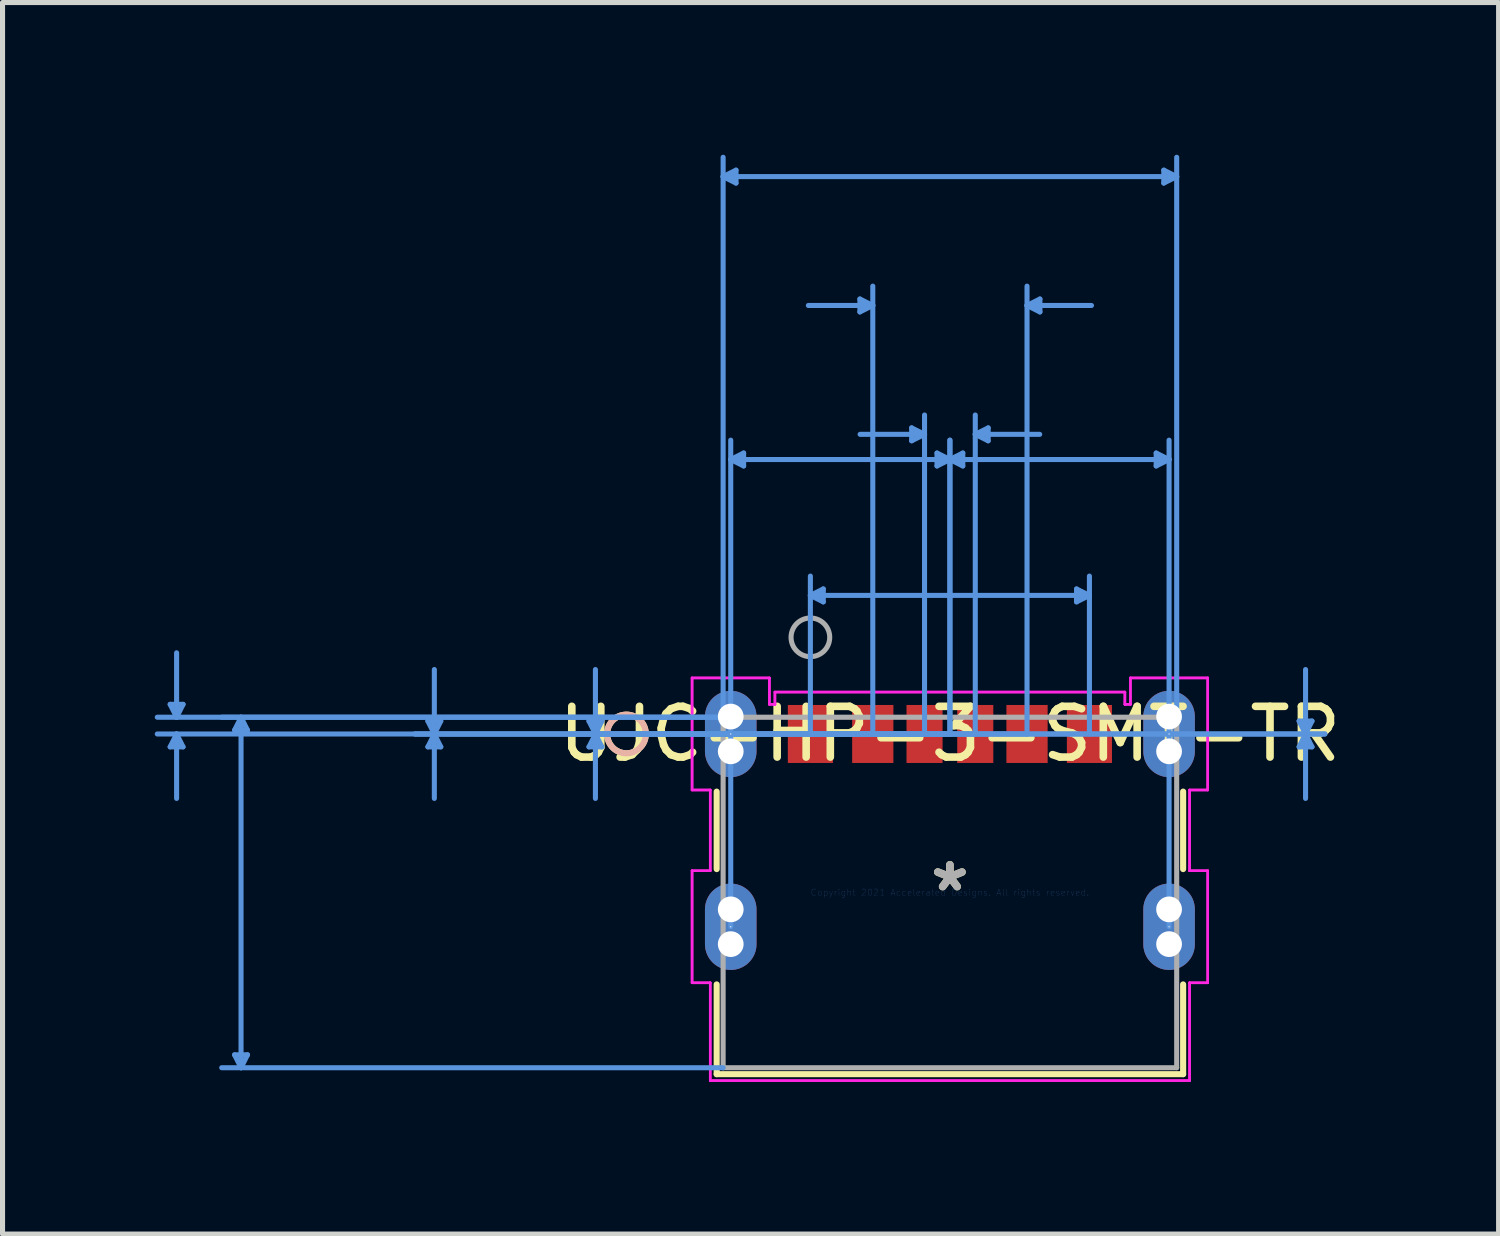
<source format=kicad_pcb>
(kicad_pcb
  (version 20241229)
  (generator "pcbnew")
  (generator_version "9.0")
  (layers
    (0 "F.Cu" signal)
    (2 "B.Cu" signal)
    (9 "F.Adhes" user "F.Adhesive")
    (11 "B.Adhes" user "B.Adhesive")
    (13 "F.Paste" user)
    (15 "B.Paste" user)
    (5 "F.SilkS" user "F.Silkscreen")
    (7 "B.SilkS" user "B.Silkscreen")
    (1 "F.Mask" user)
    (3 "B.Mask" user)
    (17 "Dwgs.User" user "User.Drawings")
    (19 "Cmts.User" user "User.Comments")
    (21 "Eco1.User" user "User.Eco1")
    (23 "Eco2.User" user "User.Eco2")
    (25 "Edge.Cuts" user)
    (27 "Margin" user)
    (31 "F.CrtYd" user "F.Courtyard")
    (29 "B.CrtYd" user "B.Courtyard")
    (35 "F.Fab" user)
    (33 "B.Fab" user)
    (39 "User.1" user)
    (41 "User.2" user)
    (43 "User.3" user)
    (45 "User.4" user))
  (footprint "UJC-HP-3-SMT-TR"
    (layer "F.Cu")
    (at 15.673 14.541)
    (property "Reference" "UJC-HP-3-SMT-TR" (at 0 -3.124 0) (layer "F.SilkS") (effects (font (size 1 1) (thickness 0.15))))
    (attr through_hole)
    (fp_line (start -4.597 -1.988) (end -4.597 -0.461) (stroke (width 0.12) (type solid)) (layer "F.SilkS"))
    (fp_line (start -4.597 1.812) (end -4.597 3.581) (stroke (width 0.12) (type solid)) (layer "F.SilkS"))
    (fp_line (start -4.597 3.581) (end 4.597 3.581) (stroke (width 0.12) (type solid)) (layer "F.SilkS"))
    (fp_line (start 4.597 -0.461) (end 4.597 -1.988) (stroke (width 0.12) (type solid)) (layer "F.SilkS"))
    (fp_line (start 4.597 3.581) (end 4.597 1.812) (stroke (width 0.12) (type solid)) (layer "F.SilkS"))
    (fp_circle (center -6.375 -3.124) (end -5.994 -3.124) (stroke (width 0.12) (type solid)) (fill no) (layer "F.SilkS"))
    (fp_circle (center -6.375 -3.124) (end -5.994 -3.124) (stroke (width 0.12) (type solid)) (fill no) (layer "B.SilkS"))
    (fp_line (start -15.369 -3.708) (end -15.115 -3.708) (stroke (width 0.1) (type solid)) (layer "Cmts.User"))
    (fp_line (start -15.369 -2.87) (end -15.115 -2.87) (stroke (width 0.1) (type solid)) (layer "Cmts.User"))
    (fp_line (start -15.242 -3.454) (end -15.369 -3.708) (stroke (width 0.1) (type solid)) (layer "Cmts.User"))
    (fp_line (start -15.242 -3.454) (end -15.242 -4.724) (stroke (width 0.1) (type solid)) (layer "Cmts.User"))
    (fp_line (start -15.242 -3.454) (end -15.115 -3.708) (stroke (width 0.1) (type solid)) (layer "Cmts.User"))
    (fp_line (start -15.242 -3.124) (end -15.369 -2.87) (stroke (width 0.1) (type solid)) (layer "Cmts.User"))
    (fp_line (start -15.242 -3.124) (end -15.242 -1.854) (stroke (width 0.1) (type solid)) (layer "Cmts.User"))
    (fp_line (start -15.242 -3.124) (end -15.115 -2.87) (stroke (width 0.1) (type solid)) (layer "Cmts.User"))
    (fp_line (start -14.099 -3.2) (end -13.845 -3.2) (stroke (width 0.1) (type solid)) (layer "Cmts.User"))
    (fp_line (start -14.099 3.2) (end -13.845 3.2) (stroke (width 0.1) (type solid)) (layer "Cmts.User"))
    (fp_line (start -13.972 -3.454) (end -14.099 -3.2) (stroke (width 0.1) (type solid)) (layer "Cmts.User"))
    (fp_line (start -13.972 -3.454) (end -13.972 3.454) (stroke (width 0.1) (type solid)) (layer "Cmts.User"))
    (fp_line (start -13.972 -3.454) (end -13.845 -3.2) (stroke (width 0.1) (type solid)) (layer "Cmts.User"))
    (fp_line (start -13.972 3.454) (end -14.099 3.2) (stroke (width 0.1) (type solid)) (layer "Cmts.User"))
    (fp_line (start -13.972 3.454) (end -13.845 3.2) (stroke (width 0.1) (type solid)) (layer "Cmts.User"))
    (fp_line (start -10.289 -3.378) (end -10.035 -3.378) (stroke (width 0.1) (type solid)) (layer "Cmts.User"))
    (fp_line (start -10.289 -2.87) (end -10.035 -2.87) (stroke (width 0.1) (type solid)) (layer "Cmts.User"))
    (fp_line (start -10.162 -3.124) (end -10.289 -3.378) (stroke (width 0.1) (type solid)) (layer "Cmts.User"))
    (fp_line (start -10.162 -3.124) (end -10.289 -2.87) (stroke (width 0.1) (type solid)) (layer "Cmts.User"))
    (fp_line (start -10.162 -3.124) (end -10.162 -4.394) (stroke (width 0.1) (type solid)) (layer "Cmts.User"))
    (fp_line (start -10.162 -3.124) (end -10.162 -1.854) (stroke (width 0.1) (type solid)) (layer "Cmts.User"))
    (fp_line (start -10.162 -3.124) (end -10.035 -3.378) (stroke (width 0.1) (type solid)) (layer "Cmts.User"))
    (fp_line (start -10.162 -3.124) (end -10.035 -2.87) (stroke (width 0.1) (type solid)) (layer "Cmts.User"))
    (fp_line (start -7.114 -3.378) (end -6.86 -3.378) (stroke (width 0.1) (type solid)) (layer "Cmts.User"))
    (fp_line (start -7.114 -2.87) (end -6.86 -2.87) (stroke (width 0.1) (type solid)) (layer "Cmts.User"))
    (fp_line (start -6.987 -3.124) (end -7.114 -3.378) (stroke (width 0.1) (type solid)) (layer "Cmts.User"))
    (fp_line (start -6.987 -3.124) (end -7.114 -2.87) (stroke (width 0.1) (type solid)) (layer "Cmts.User"))
    (fp_line (start -6.987 -3.124) (end -6.987 -4.394) (stroke (width 0.1) (type solid)) (layer "Cmts.User"))
    (fp_line (start -6.987 -3.124) (end -6.987 -1.854) (stroke (width 0.1) (type solid)) (layer "Cmts.User"))
    (fp_line (start -6.987 -3.124) (end -6.86 -3.378) (stroke (width 0.1) (type solid)) (layer "Cmts.User"))
    (fp_line (start -6.987 -3.124) (end -6.86 -2.87) (stroke (width 0.1) (type solid)) (layer "Cmts.User"))
    (fp_line (start -4.47 -14.11) (end -4.216 -14.237) (stroke (width 0.1) (type solid)) (layer "Cmts.User"))
    (fp_line (start -4.47 -14.11) (end -4.216 -13.983) (stroke (width 0.1) (type solid)) (layer "Cmts.User"))
    (fp_line (start -4.47 -14.11) (end 4.47 -14.11) (stroke (width 0.1) (type solid)) (layer "Cmts.User"))
    (fp_line (start -4.47 -3.454) (end -15.623 -3.454) (stroke (width 0.1) (type solid)) (layer "Cmts.User"))
    (fp_line (start -4.47 -3.454) (end -14.353 -3.454) (stroke (width 0.1) (type solid)) (layer "Cmts.User"))
    (fp_line (start -4.47 -3.454) (end -4.47 -14.491) (stroke (width 0.1) (type solid)) (layer "Cmts.User"))
    (fp_line (start -4.47 3.454) (end -14.353 3.454) (stroke (width 0.1) (type solid)) (layer "Cmts.User"))
    (fp_line (start -4.32 -8.534) (end -4.066 -8.661) (stroke (width 0.1) (type solid)) (layer "Cmts.User"))
    (fp_line (start -4.32 -8.534) (end -4.066 -8.407) (stroke (width 0.1) (type solid)) (layer "Cmts.User"))
    (fp_line (start -4.32 -8.534) (end 0 -8.534) (stroke (width 0.1) (type solid)) (layer "Cmts.User"))
    (fp_line (start -4.32 0.676) (end -4.32 -8.915) (stroke (width 0.1) (type solid)) (layer "Cmts.User"))
    (fp_line (start -4.216 -14.237) (end -4.216 -13.983) (stroke (width 0.1) (type solid)) (layer "Cmts.User"))
    (fp_line (start -4.066 -8.661) (end -4.066 -8.407) (stroke (width 0.1) (type solid)) (layer "Cmts.User"))
    (fp_line (start -2.75 -5.855) (end -2.496 -5.982) (stroke (width 0.1) (type solid)) (layer "Cmts.User"))
    (fp_line (start -2.75 -5.855) (end -2.496 -5.728) (stroke (width 0.1) (type solid)) (layer "Cmts.User"))
    (fp_line (start -2.75 -5.855) (end 2.75 -5.855) (stroke (width 0.1) (type solid)) (layer "Cmts.User"))
    (fp_line (start -2.75 -3.124) (end -2.75 -6.236) (stroke (width 0.1) (type solid)) (layer "Cmts.User"))
    (fp_line (start -2.75 -3.124) (end 7.391 -3.124) (stroke (width 0.1) (type solid)) (layer "Cmts.User"))
    (fp_line (start -2.75 -3.124) (end 7.391 -3.124) (stroke (width 0.1) (type solid)) (layer "Cmts.User"))
    (fp_line (start -2.496 -5.982) (end -2.496 -5.728) (stroke (width 0.1) (type solid)) (layer "Cmts.User"))
    (fp_line (start -1.774 -11.697) (end -1.774 -11.443) (stroke (width 0.1) (type solid)) (layer "Cmts.User"))
    (fp_line (start -1.52 -11.57) (end -2.79 -11.57) (stroke (width 0.1) (type solid)) (layer "Cmts.User"))
    (fp_line (start -1.52 -11.57) (end -1.774 -11.697) (stroke (width 0.1) (type solid)) (layer "Cmts.User"))
    (fp_line (start -1.52 -11.57) (end -1.774 -11.443) (stroke (width 0.1) (type solid)) (layer "Cmts.User"))
    (fp_line (start -1.52 -3.124) (end -1.52 -11.951) (stroke (width 0.1) (type solid)) (layer "Cmts.User"))
    (fp_line (start -0.754 -9.157) (end -0.754 -8.903) (stroke (width 0.1) (type solid)) (layer "Cmts.User"))
    (fp_line (start -0.5 -9.03) (end -1.77 -9.03) (stroke (width 0.1) (type solid)) (layer "Cmts.User"))
    (fp_line (start -0.5 -9.03) (end -0.754 -9.157) (stroke (width 0.1) (type solid)) (layer "Cmts.User"))
    (fp_line (start -0.5 -9.03) (end -0.754 -8.903) (stroke (width 0.1) (type solid)) (layer "Cmts.User"))
    (fp_line (start -0.5 -3.124) (end -0.5 -9.411) (stroke (width 0.1) (type solid)) (layer "Cmts.User"))
    (fp_line (start -0.254 -8.661) (end -0.254 -8.407) (stroke (width 0.1) (type solid)) (layer "Cmts.User"))
    (fp_line (start 0 -8.534) (end -0.254 -8.661) (stroke (width 0.1) (type solid)) (layer "Cmts.User"))
    (fp_line (start 0 -8.534) (end -0.254 -8.407) (stroke (width 0.1) (type solid)) (layer "Cmts.User"))
    (fp_line (start 0 -8.534) (end 0.254 -8.661) (stroke (width 0.1) (type solid)) (layer "Cmts.User"))
    (fp_line (start 0 -8.534) (end 0.254 -8.407) (stroke (width 0.1) (type solid)) (layer "Cmts.User"))
    (fp_line (start 0 -8.534) (end 4.32 -8.534) (stroke (width 0.1) (type solid)) (layer "Cmts.User"))
    (fp_line (start 0 -3.124) (end -15.623 -3.124) (stroke (width 0.1) (type solid)) (layer "Cmts.User"))
    (fp_line (start 0 -3.124) (end -10.543 -3.124) (stroke (width 0.1) (type solid)) (layer "Cmts.User"))
    (fp_line (start 0 -3.124) (end -7.368 -3.124) (stroke (width 0.1) (type solid)) (layer "Cmts.User"))
    (fp_line (start 0 -3.124) (end 0 -8.915) (stroke (width 0.1) (type solid)) (layer "Cmts.User"))
    (fp_line (start 0 -3.124) (end 0 -8.915) (stroke (width 0.1) (type solid)) (layer "Cmts.User"))
    (fp_line (start 0.254 -8.661) (end 0.254 -8.407) (stroke (width 0.1) (type solid)) (layer "Cmts.User"))
    (fp_line (start 0.5 -9.03) (end 0.754 -9.157) (stroke (width 0.1) (type solid)) (layer "Cmts.User"))
    (fp_line (start 0.5 -9.03) (end 0.754 -8.903) (stroke (width 0.1) (type solid)) (layer "Cmts.User"))
    (fp_line (start 0.5 -9.03) (end 1.77 -9.03) (stroke (width 0.1) (type solid)) (layer "Cmts.User"))
    (fp_line (start 0.5 -3.124) (end -10.543 -3.124) (stroke (width 0.1) (type solid)) (layer "Cmts.User"))
    (fp_line (start 0.5 -3.124) (end 0.5 -9.411) (stroke (width 0.1) (type solid)) (layer "Cmts.User"))
    (fp_line (start 0.754 -9.157) (end 0.754 -8.903) (stroke (width 0.1) (type solid)) (layer "Cmts.User"))
    (fp_line (start 1.52 -11.57) (end 1.774 -11.697) (stroke (width 0.1) (type solid)) (layer "Cmts.User"))
    (fp_line (start 1.52 -11.57) (end 1.774 -11.443) (stroke (width 0.1) (type solid)) (layer "Cmts.User"))
    (fp_line (start 1.52 -11.57) (end 2.79 -11.57) (stroke (width 0.1) (type solid)) (layer "Cmts.User"))
    (fp_line (start 1.52 -3.124) (end -7.368 -3.124) (stroke (width 0.1) (type solid)) (layer "Cmts.User"))
    (fp_line (start 1.52 -3.124) (end 1.52 -11.951) (stroke (width 0.1) (type solid)) (layer "Cmts.User"))
    (fp_line (start 1.774 -11.697) (end 1.774 -11.443) (stroke (width 0.1) (type solid)) (layer "Cmts.User"))
    (fp_line (start 2.496 -5.982) (end 2.496 -5.728) (stroke (width 0.1) (type solid)) (layer "Cmts.User"))
    (fp_line (start 2.75 -5.855) (end 2.496 -5.982) (stroke (width 0.1) (type solid)) (layer "Cmts.User"))
    (fp_line (start 2.75 -5.855) (end 2.496 -5.728) (stroke (width 0.1) (type solid)) (layer "Cmts.User"))
    (fp_line (start 2.75 -3.124) (end 2.75 -6.236) (stroke (width 0.1) (type solid)) (layer "Cmts.User"))
    (fp_line (start 4.066 -8.661) (end 4.066 -8.407) (stroke (width 0.1) (type solid)) (layer "Cmts.User"))
    (fp_line (start 4.216 -14.237) (end 4.216 -13.983) (stroke (width 0.1) (type solid)) (layer "Cmts.User"))
    (fp_line (start 4.32 -8.534) (end 4.066 -8.661) (stroke (width 0.1) (type solid)) (layer "Cmts.User"))
    (fp_line (start 4.32 -8.534) (end 4.066 -8.407) (stroke (width 0.1) (type solid)) (layer "Cmts.User"))
    (fp_line (start 4.32 0.676) (end 4.32 -8.915) (stroke (width 0.1) (type solid)) (layer "Cmts.User"))
    (fp_line (start 4.47 -14.11) (end 4.216 -14.237) (stroke (width 0.1) (type solid)) (layer "Cmts.User"))
    (fp_line (start 4.47 -14.11) (end 4.216 -13.983) (stroke (width 0.1) (type solid)) (layer "Cmts.User"))
    (fp_line (start 4.47 -3.454) (end 4.47 -14.491) (stroke (width 0.1) (type solid)) (layer "Cmts.User"))
    (fp_line (start 6.883 -3.378) (end 7.137 -3.378) (stroke (width 0.1) (type solid)) (layer "Cmts.User"))
    (fp_line (start 6.883 -2.87) (end 7.137 -2.87) (stroke (width 0.1) (type solid)) (layer "Cmts.User"))
    (fp_line (start 7.01 -3.124) (end 6.883 -3.378) (stroke (width 0.1) (type solid)) (layer "Cmts.User"))
    (fp_line (start 7.01 -3.124) (end 6.883 -2.87) (stroke (width 0.1) (type solid)) (layer "Cmts.User"))
    (fp_line (start 7.01 -3.124) (end 7.01 -4.394) (stroke (width 0.1) (type solid)) (layer "Cmts.User"))
    (fp_line (start 7.01 -3.124) (end 7.01 -1.854) (stroke (width 0.1) (type solid)) (layer "Cmts.User"))
    (fp_line (start 7.01 -3.124) (end 7.137 -3.378) (stroke (width 0.1) (type solid)) (layer "Cmts.User"))
    (fp_line (start 7.01 -3.124) (end 7.137 -2.87) (stroke (width 0.1) (type solid)) (layer "Cmts.User"))
    (fp_line (start -5.082 -4.229) (end -5.082 -2.02) (stroke (width 0.05) (type solid)) (layer "F.CrtYd"))
    (fp_line (start -5.082 -4.229) (end -5.082 -2.02) (stroke (width 0.05) (type solid)) (layer "F.CrtYd"))
    (fp_line (start -5.082 -2.02) (end -4.724 -2.02) (stroke (width 0.05) (type solid)) (layer "F.CrtYd"))
    (fp_line (start -5.082 -2.02) (end -4.724 -2.02) (stroke (width 0.05) (type solid)) (layer "F.CrtYd"))
    (fp_line (start -5.082 -0.429) (end -5.082 1.78) (stroke (width 0.05) (type solid)) (layer "F.CrtYd"))
    (fp_line (start -5.082 -0.429) (end -5.082 1.78) (stroke (width 0.05) (type solid)) (layer "F.CrtYd"))
    (fp_line (start -5.082 1.78) (end -4.724 1.78) (stroke (width 0.05) (type solid)) (layer "F.CrtYd"))
    (fp_line (start -5.082 1.78) (end -4.724 1.78) (stroke (width 0.05) (type solid)) (layer "F.CrtYd"))
    (fp_line (start -4.724 -2.02) (end -4.724 -0.429) (stroke (width 0.05) (type solid)) (layer "F.CrtYd"))
    (fp_line (start -4.724 -2.02) (end -4.724 -0.429) (stroke (width 0.05) (type solid)) (layer "F.CrtYd"))
    (fp_line (start -4.724 -0.429) (end -5.082 -0.429) (stroke (width 0.05) (type solid)) (layer "F.CrtYd"))
    (fp_line (start -4.724 -0.429) (end -5.082 -0.429) (stroke (width 0.05) (type solid)) (layer "F.CrtYd"))
    (fp_line (start -4.724 1.78) (end -4.724 3.708) (stroke (width 0.05) (type solid)) (layer "F.CrtYd"))
    (fp_line (start -4.724 1.78) (end -4.724 3.708) (stroke (width 0.05) (type solid)) (layer "F.CrtYd"))
    (fp_line (start -4.724 3.708) (end 4.724 3.708) (stroke (width 0.05) (type solid)) (layer "F.CrtYd"))
    (fp_line (start -4.724 3.708) (end 4.724 3.708) (stroke (width 0.05) (type solid)) (layer "F.CrtYd"))
    (fp_line (start -3.558 -4.229) (end -5.082 -4.229) (stroke (width 0.05) (type solid)) (layer "F.CrtYd"))
    (fp_line (start -3.558 -4.229) (end -5.082 -4.229) (stroke (width 0.05) (type solid)) (layer "F.CrtYd"))
    (fp_line (start -3.558 -3.708) (end -3.558 -4.229) (stroke (width 0.05) (type solid)) (layer "F.CrtYd"))
    (fp_line (start -3.558 -3.708) (end -3.558 -4.229) (stroke (width 0.05) (type solid)) (layer "F.CrtYd"))
    (fp_line (start -3.449 -3.95) (end -3.449 -3.708) (stroke (width 0.05) (type solid)) (layer "F.CrtYd"))
    (fp_line (start -3.449 -3.95) (end -3.449 -3.708) (stroke (width 0.05) (type solid)) (layer "F.CrtYd"))
    (fp_line (start -3.449 -3.708) (end -3.558 -3.708) (stroke (width 0.05) (type solid)) (layer "F.CrtYd"))
    (fp_line (start -3.449 -3.708) (end -3.558 -3.708) (stroke (width 0.05) (type solid)) (layer "F.CrtYd"))
    (fp_line (start 3.449 -3.95) (end -3.449 -3.95) (stroke (width 0.05) (type solid)) (layer "F.CrtYd"))
    (fp_line (start 3.449 -3.95) (end -3.449 -3.95) (stroke (width 0.05) (type solid)) (layer "F.CrtYd"))
    (fp_line (start 3.449 -3.708) (end 3.449 -3.95) (stroke (width 0.05) (type solid)) (layer "F.CrtYd"))
    (fp_line (start 3.449 -3.708) (end 3.449 -3.95) (stroke (width 0.05) (type solid)) (layer "F.CrtYd"))
    (fp_line (start 3.558 -4.229) (end 3.558 -3.708) (stroke (width 0.05) (type solid)) (layer "F.CrtYd"))
    (fp_line (start 3.558 -4.229) (end 3.558 -3.708) (stroke (width 0.05) (type solid)) (layer "F.CrtYd"))
    (fp_line (start 3.558 -3.708) (end 3.449 -3.708) (stroke (width 0.05) (type solid)) (layer "F.CrtYd"))
    (fp_line (start 3.558 -3.708) (end 3.449 -3.708) (stroke (width 0.05) (type solid)) (layer "F.CrtYd"))
    (fp_line (start 4.724 -2.02) (end 5.082 -2.02) (stroke (width 0.05) (type solid)) (layer "F.CrtYd"))
    (fp_line (start 4.724 -2.02) (end 5.082 -2.02) (stroke (width 0.05) (type solid)) (layer "F.CrtYd"))
    (fp_line (start 4.724 -0.429) (end 4.724 -2.02) (stroke (width 0.05) (type solid)) (layer "F.CrtYd"))
    (fp_line (start 4.724 -0.429) (end 4.724 -2.02) (stroke (width 0.05) (type solid)) (layer "F.CrtYd"))
    (fp_line (start 4.724 1.78) (end 5.082 1.78) (stroke (width 0.05) (type solid)) (layer "F.CrtYd"))
    (fp_line (start 4.724 1.78) (end 5.082 1.78) (stroke (width 0.05) (type solid)) (layer "F.CrtYd"))
    (fp_line (start 4.724 3.708) (end 4.724 1.78) (stroke (width 0.05) (type solid)) (layer "F.CrtYd"))
    (fp_line (start 4.724 3.708) (end 4.724 1.78) (stroke (width 0.05) (type solid)) (layer "F.CrtYd"))
    (fp_line (start 5.082 -0.429) (end 4.724 -0.429) (stroke (width 0.05) (type solid)) (layer "F.CrtYd"))
    (fp_line (start 5.082 -0.429) (end 4.724 -0.429) (stroke (width 0.05) (type solid)) (layer "F.CrtYd"))
    (fp_line (start 5.082 1.78) (end 5.082 -0.429) (stroke (width 0.05) (type solid)) (layer "F.CrtYd"))
    (fp_line (start 5.082 1.78) (end 5.082 -0.429) (stroke (width 0.05) (type solid)) (layer "F.CrtYd"))
    (fp_line (start 5.082 -4.229) (end 3.558 -4.229) (stroke (width 0.05) (type solid)) (layer "F.CrtYd"))
    (fp_line (start 5.082 -4.229) (end 3.558 -4.229) (stroke (width 0.05) (type solid)) (layer "F.CrtYd"))
    (fp_line (start 5.082 -2.02) (end 5.082 -4.229) (stroke (width 0.05) (type solid)) (layer "F.CrtYd"))
    (fp_line (start 5.082 -2.02) (end 5.082 -4.229) (stroke (width 0.05) (type solid)) (layer "F.CrtYd"))
    (fp_line (start -4.47 -3.454) (end -4.47 3.454) (stroke (width 0.1) (type solid)) (layer "F.Fab"))
    (fp_line (start -4.47 3.454) (end 4.47 3.454) (stroke (width 0.1) (type solid)) (layer "F.Fab"))
    (fp_line (start 4.47 -3.454) (end -4.47 -3.454) (stroke (width 0.1) (type solid)) (layer "F.Fab"))
    (fp_line (start 4.47 3.454) (end 4.47 -3.454) (stroke (width 0.1) (type solid)) (layer "F.Fab"))
    (fp_circle (center -2.75 -5.029) (end -2.369 -5.029) (stroke (width 0.1) (type solid)) (fill no) (layer "F.Fab"))
    (fp_text user "*" (at 0 0 0) (layer "F.SilkS") (effects (font (size 1 1) (thickness 0.15))))
    (fp_text user "Copyright 2021 Accelerated Designs. All rights reserved." (at 0 0 0) (layer "Cmts.User") (effects (font (size 0.127 0.127) (thickness 0.002))))
    (fp_text user "*" (at 0 0 0) (layer "F.Fab") (effects (font (size 1 1) (thickness 0.15))))
    (pad "" np_thru_hole circle (at -4.32 -3.467) (size 0.508 0.508) (drill 0.508) (layers "*.Cu" "*.Mask"))
    (pad "" np_thru_hole circle (at -4.32 -2.782) (size 0.508 0.508) (drill 0.508) (layers "*.Cu" "*.Mask"))
    (pad "" np_thru_hole circle (at -4.32 0.333) (size 0.508 0.508) (drill 0.508) (layers "*.Cu" "*.Mask"))
    (pad "" np_thru_hole circle (at -4.32 1.018) (size 0.508 0.508) (drill 0.508) (layers "*.Cu" "*.Mask"))
    (pad "" np_thru_hole circle (at 4.32 0.333) (size 0.508 0.508) (drill 0.508) (layers "*.Cu" "*.Mask"))
    (pad "" np_thru_hole circle (at 4.32 1.018) (size 0.508 0.508) (drill 0.508) (layers "*.Cu" "*.Mask"))
    (pad "" np_thru_hole circle (at 4.32 -3.467) (size 0.508 0.508) (drill 0.508) (layers "*.Cu" "*.Mask"))
    (pad "" np_thru_hole circle (at 4.32 -2.782) (size 0.508 0.508) (drill 0.508) (layers "*.Cu" "*.Mask"))
    (pad "1" smd rect (at -2.75 -3.124) (size 0.889 1.143) (layers "F.Cu" "F.Mask" "F.Paste"))
    (pad "2" smd rect (at -1.52 -3.124) (size 0.813 1.143) (layers "F.Cu" "F.Mask" "F.Paste"))
    (pad "3" smd rect (at -0.5 -3.124) (size 0.711 1.143) (layers "F.Cu" "F.Mask" "F.Paste"))
    (pad "4" smd rect (at 0.5 -3.124) (size 0.711 1.143) (layers "F.Cu" "F.Mask" "F.Paste"))
    (pad "5" smd rect (at 1.52 -3.124) (size 0.813 1.143) (layers "F.Cu" "F.Mask" "F.Paste"))
    (pad "6" smd rect (at 2.75 -3.124) (size 0.889 1.143) (layers "F.Cu" "F.Mask" "F.Paste"))
    (pad "7" thru_hole oval (at -4.32 -3.124 90) (size 1.702 1.016) (drill 0.025) (layers "*.Cu" "*.Mask"))
    (pad "8" thru_hole oval (at 4.32 -3.124 90) (size 1.702 1.016) (drill 0.025) (layers "*.Cu" "*.Mask"))
    (pad "9" thru_hole oval (at -4.32 0.676 90) (size 1.702 1.016) (drill 0.025) (layers "*.Cu" "*.Mask"))
    (pad "10" thru_hole oval (at 4.32 0.676 90) (size 1.702 1.016) (drill 0.025) (layers "*.Cu" "*.Mask")))
  (gr_rect
    (start -3 -3)
    (end 26.488 21.274)
    (stroke (width 0.1) (type default))
    (fill no)
    (layer "Edge.Cuts")))
</source>
